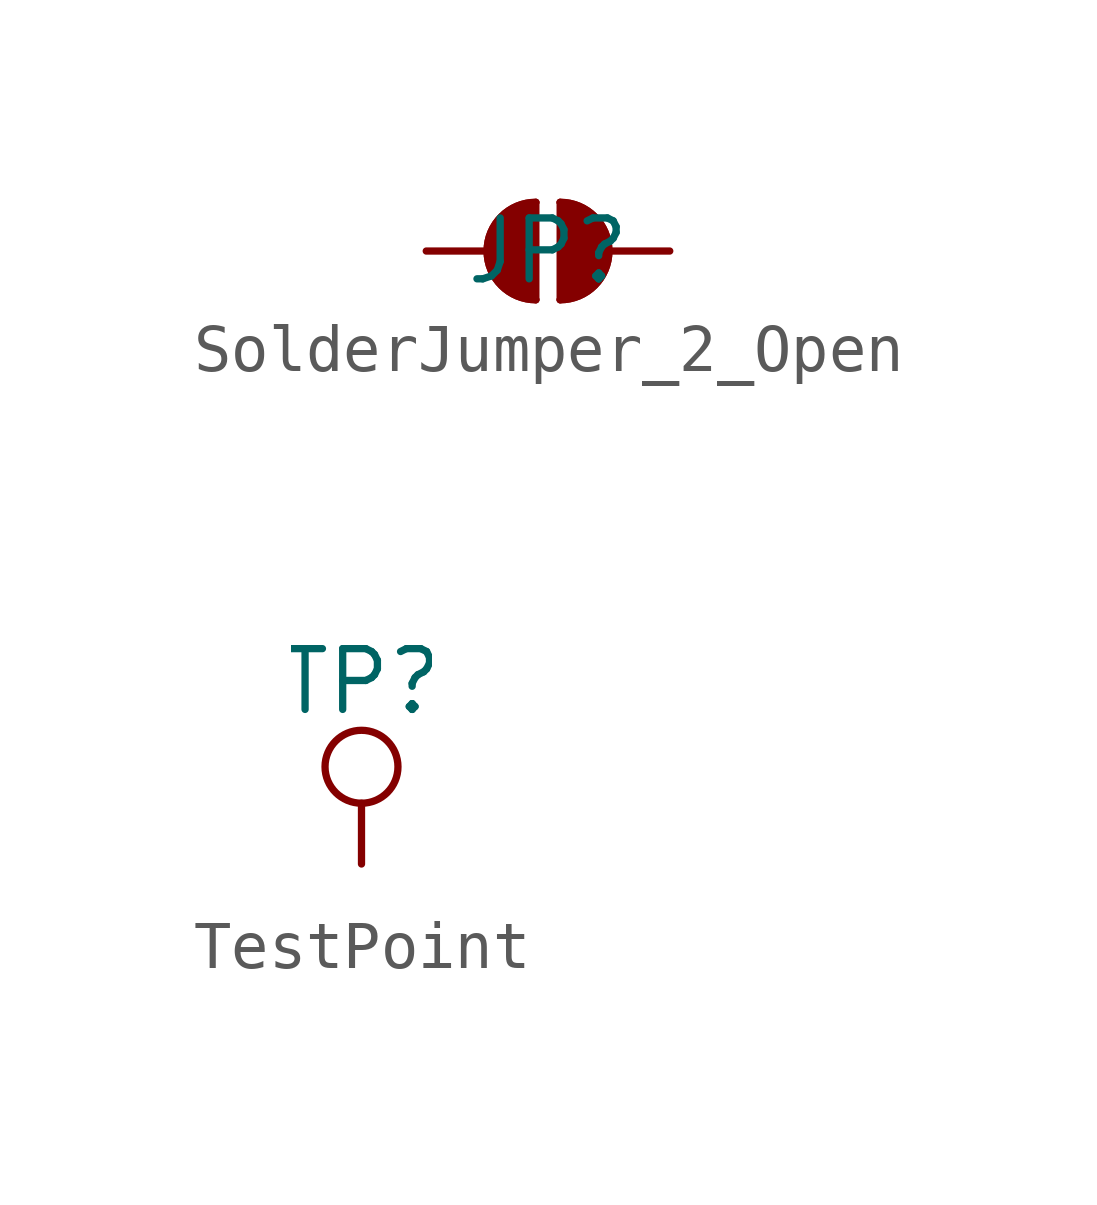
<source format=kicad_sym>
(kicad_symbol_lib
  (version 20211014)
  (generator kicad_symbol_editor)
  (symbol "SolderJumper_2_Open"
    (pin_numbers hide)
    (pin_names
      (offset 0) hide)
    (property "Reference" "JP"
      (at 0 0 0)
      (effects (font (size 1.27 1.27))))
    (symbol "SolderJumper_2_Open_0_1"
      (arc (start -0.254 1.016) (mid -1.27 0) (end -0.254 -1.016) (stroke (width 0) (type default) (color 0 0 0 0)) (fill (type none)))
      (arc (start -0.254 1.016) (mid -1.27 0) (end -0.254 -1.016) (stroke (width 0) (type default) (color 0 0 0 0)) (fill (type outline)))
      (polyline (pts (xy -0.254 1.016) (xy -0.254 -1.016)) (stroke (width 0) (type default) (color 0 0 0 0)) (fill (type none)))
      (polyline (pts (xy 0.254 1.016) (xy 0.254 -1.016)) (stroke (width 0) (type default) (color 0 0 0 0)) (fill (type none)))
      (arc (start 0.254 -1.016) (mid 1.27 0) (end 0.254 1.016) (stroke (width 0) (type default) (color 0 0 0 0)) (fill (type none)))
      (arc (start 0.254 -1.016) (mid 1.27 0) (end 0.254 1.016) (stroke (width 0) (type default) (color 0 0 0 0)) (fill (type outline))))
    (symbol "SolderJumper_2_Open_1_1"
      (pin passive line (at -2.54 0 0) (length 1.27) (name "A" (effects (font (size 1.27 1.27)))) (number "1" (effects (font (size 1.27 1.27)))))
      (pin passive line (at 2.54 0 180) (length 1.27) (name "B" (effects (font (size 1.27 1.27)))) (number "2" (effects (font (size 1.27 1.27)))))))
  (symbol "TestPoint"
    (pin_numbers hide)
    (pin_names
      (offset 0.762) hide)
    (property "Reference" "TP"
      (at 0 3.81 0)
      (effects (font (size 1.27 1.27))))
    (symbol "TestPoint_0_1"
      (circle (center 0 2.032) (radius 0.762) (stroke (width 0) (type default) (color 0 0 0 0)) (fill (type none))))
    (symbol "TestPoint_1_1"
      (pin passive line (at 0 0 90) (length 1.27) (name "1" (effects (font (size 1.27 1.27)))) (number "1" (effects (font (size 1.27 1.27))))))))
</source>
